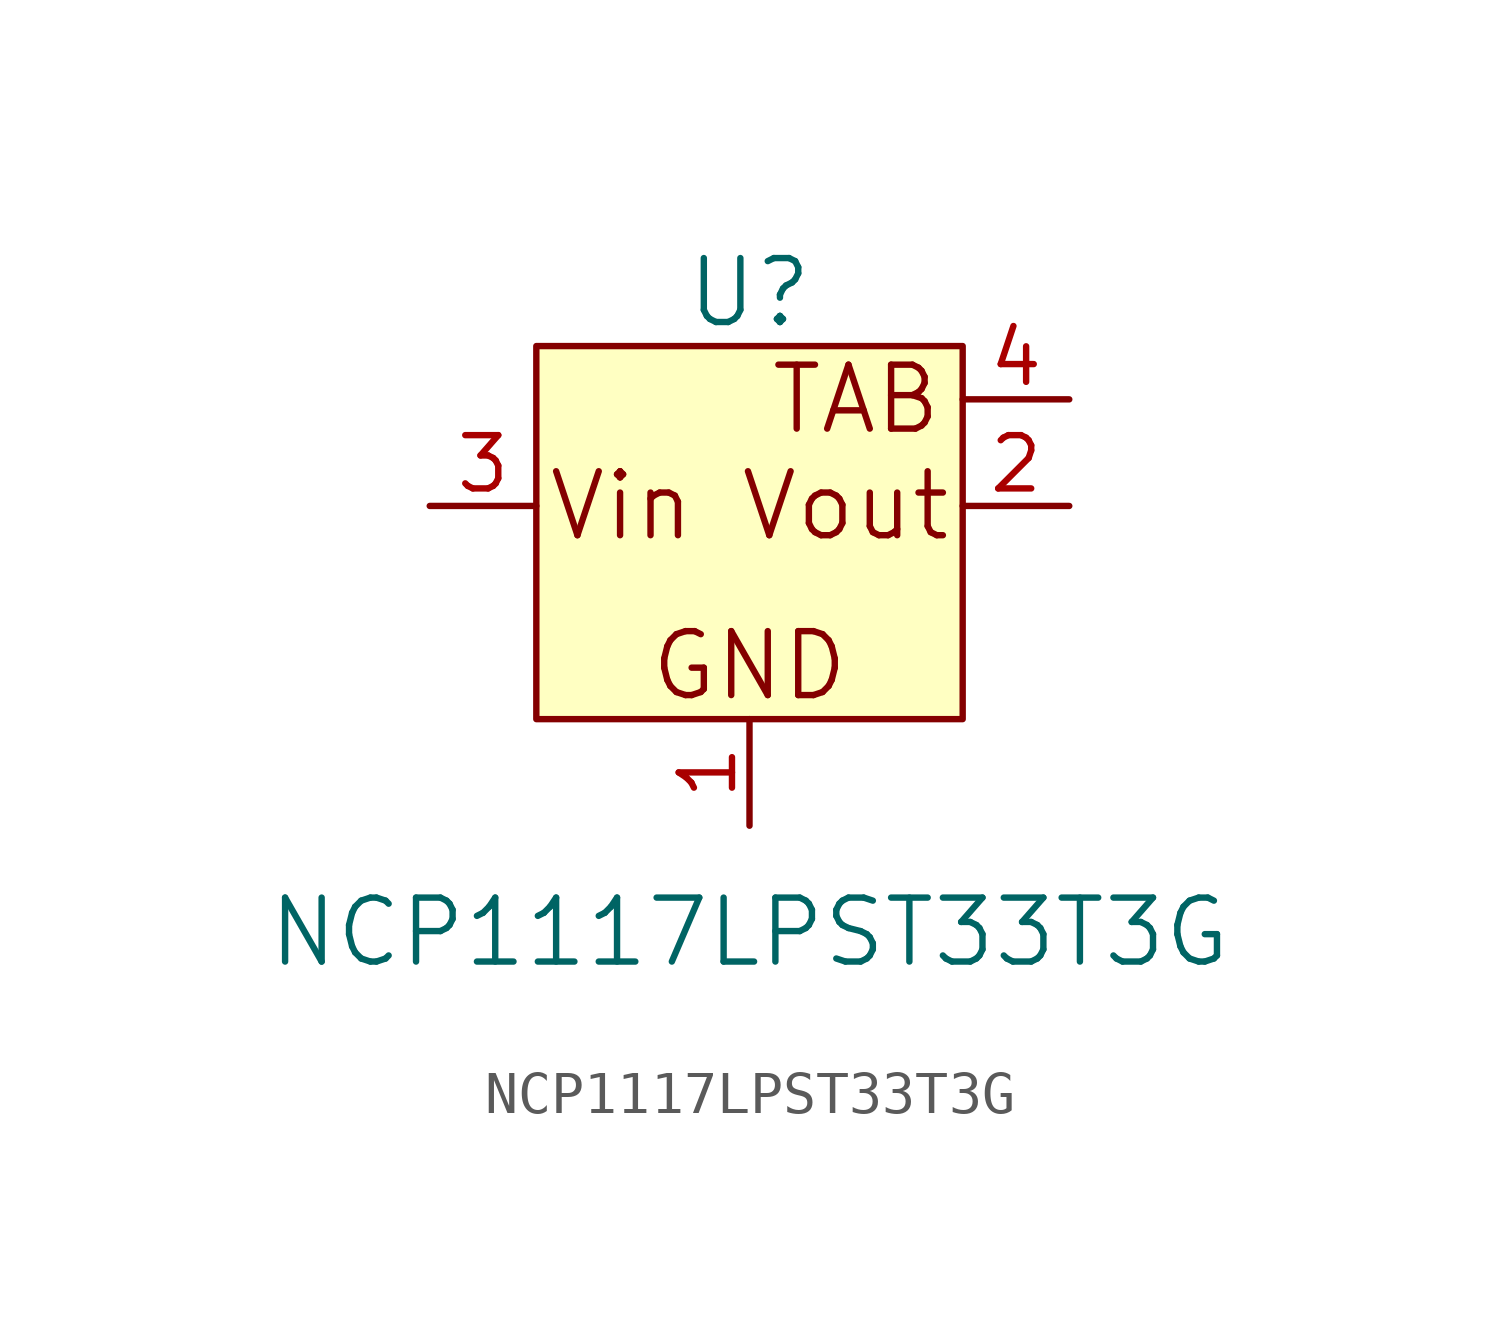
<source format=kicad_sym>
(kicad_symbol_lib
  (version 20241209)
  (generator "kicad_symbol_editor")
  (generator_version "9.0")
  (symbol "NCP1117LPST33T3G"
    (pin_names
      (offset 0)
      (hide yes))
    (property "Reference" "U"
      (at 0 5.08 0)
      (effects (font (size 1.524 1.524))))
    (property "Value" "NCP1117LPST33T3G"
      (at 0 -10.16 0)
      (effects (font (size 1.524 1.524))))
    (symbol "NCP1117LPST33T3G_0_0"
      (rectangle (start -5.08 -5.08) (end 5.08 3.81) (stroke (width 0) (type default)) (fill (type background)))
      (text "Vin" (at -3.048 0 0) (effects (font (size 1.524 1.524))))
      (text "GND" (at 0 -3.81 0) (effects (font (size 1.524 1.524))))
      (text "Vout" (at 2.286 0 0) (effects (font (size 1.524 1.524))))
      (text "TAB" (at 2.54 2.54 0) (effects (font (size 1.524 1.524)))))
    (symbol "NCP1117LPST33T3G_1_1"
      (pin input line (at -7.62 0 0) (length 2.54) (name "Vin" (effects (font (size 1.27 1.27)))) (number "3" (effects (font (size 1.27 1.27)))))
      (pin input line (at 0 -7.62 90) (length 2.54) (name "GND" (effects (font (size 1.27 1.27)))) (number "1" (effects (font (size 1.27 1.27)))))
      (pin input line (at 7.62 2.54 180) (length 2.54) (name "Vout_(TAB)" (effects (font (size 1.27 1.27)))) (number "4" (effects (font (size 1.27 1.27)))))
      (pin input line (at 7.62 0 180) (length 2.54) (name "Vout" (effects (font (size 1.27 1.27)))) (number "2" (effects (font (size 1.27 1.27))))))))
</source>
